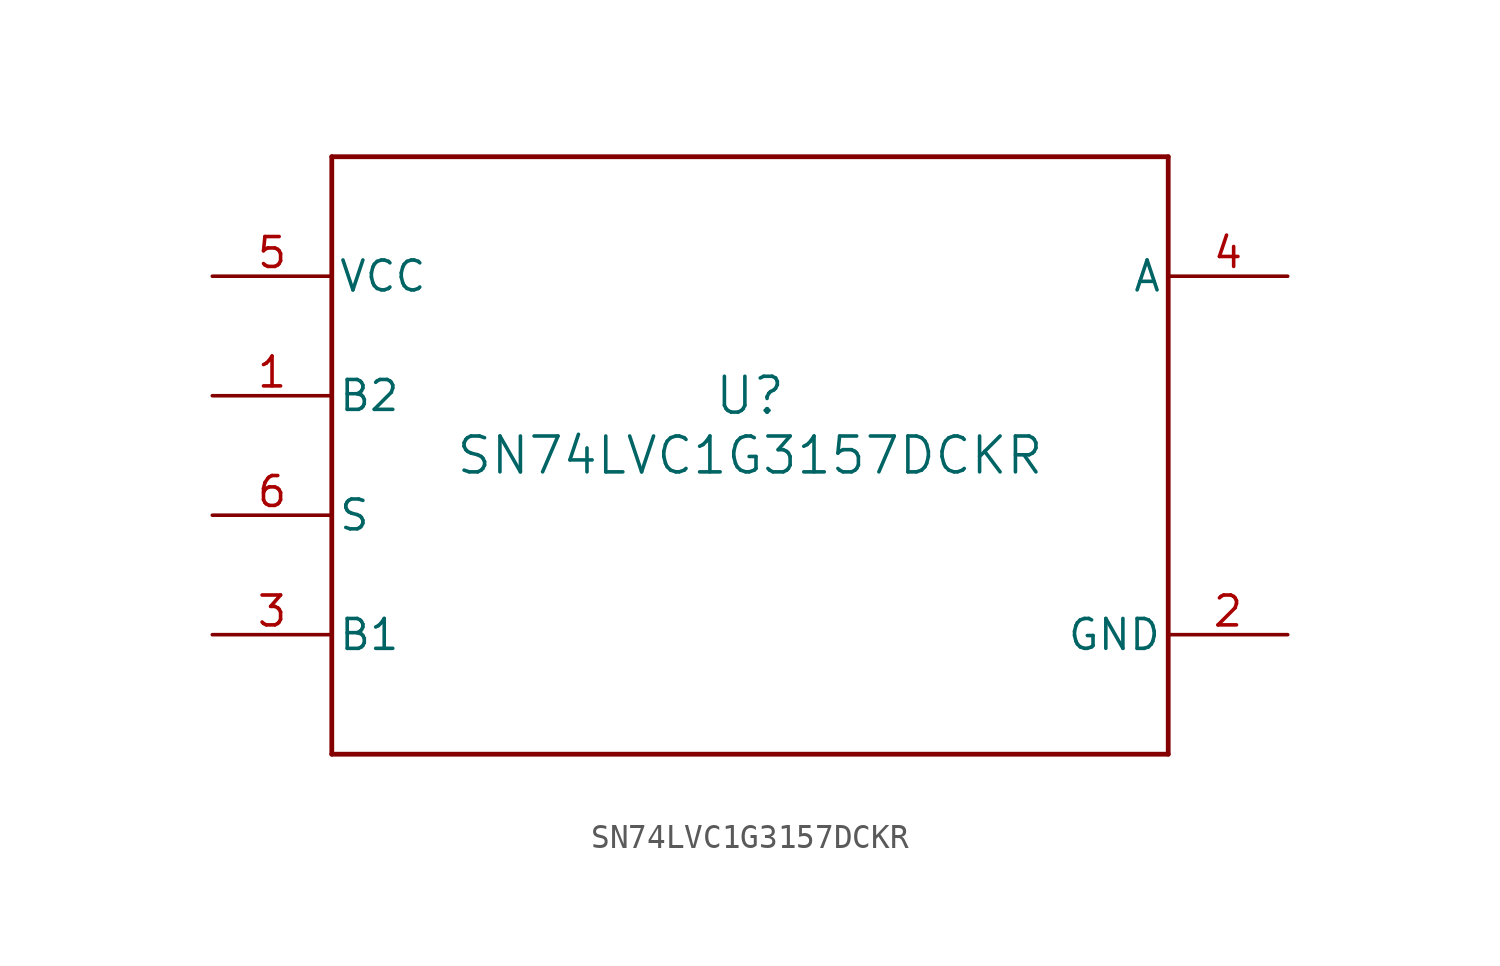
<source format=kicad_sym>
(kicad_symbol_lib
  (version 20220914)
  (generator kicad_symbol_editor)
  (symbol "SN74LVC1G3157DCKR"
    (pin_names
      (offset 0.254))
    (property "Reference" "U"
      (at 0 2.54 0)
      (effects (font (size 1.524 1.524))))
    (property "Value" "SN74LVC1G3157DCKR"
      (at 0 0 0)
      (effects (font (size 1.524 1.524))))
    (symbol "SN74LVC1G3157DCKR_0_1"
      (polyline (pts (xy -17.78 -12.7) (xy 17.78 -12.7)) (stroke (width 0.203) (type default)) (fill (type none)))
      (polyline (pts (xy -17.78 12.7) (xy -17.78 -12.7)) (stroke (width 0.203) (type default)) (fill (type none)))
      (polyline (pts (xy 17.78 -12.7) (xy 17.78 12.7)) (stroke (width 0.203) (type default)) (fill (type none)))
      (polyline (pts (xy 17.78 12.7) (xy -17.78 12.7)) (stroke (width 0.203) (type default)) (fill (type none)))
      (pin input line (at -22.86 2.54 0) (length 5.08) (name "B2" (effects (font (size 1.27 1.27)))) (number "1" (effects (font (size 1.27 1.27)))))
      (pin power_in line (at 22.86 -7.62 180) (length 5.08) (name "GND" (effects (font (size 1.27 1.27)))) (number "2" (effects (font (size 1.27 1.27)))))
      (pin input line (at -22.86 -7.62 0) (length 5.08) (name "B1" (effects (font (size 1.27 1.27)))) (number "3" (effects (font (size 1.27 1.27)))))
      (pin output line (at 22.86 7.62 180) (length 5.08) (name "A" (effects (font (size 1.27 1.27)))) (number "4" (effects (font (size 1.27 1.27)))))
      (pin power_in line (at -22.86 7.62 0) (length 5.08) (name "VCC" (effects (font (size 1.27 1.27)))) (number "5" (effects (font (size 1.27 1.27)))))
      (pin input line (at -22.86 -2.54 0) (length 5.08) (name "S" (effects (font (size 1.27 1.27)))) (number "6" (effects (font (size 1.27 1.27))))))))
</source>
